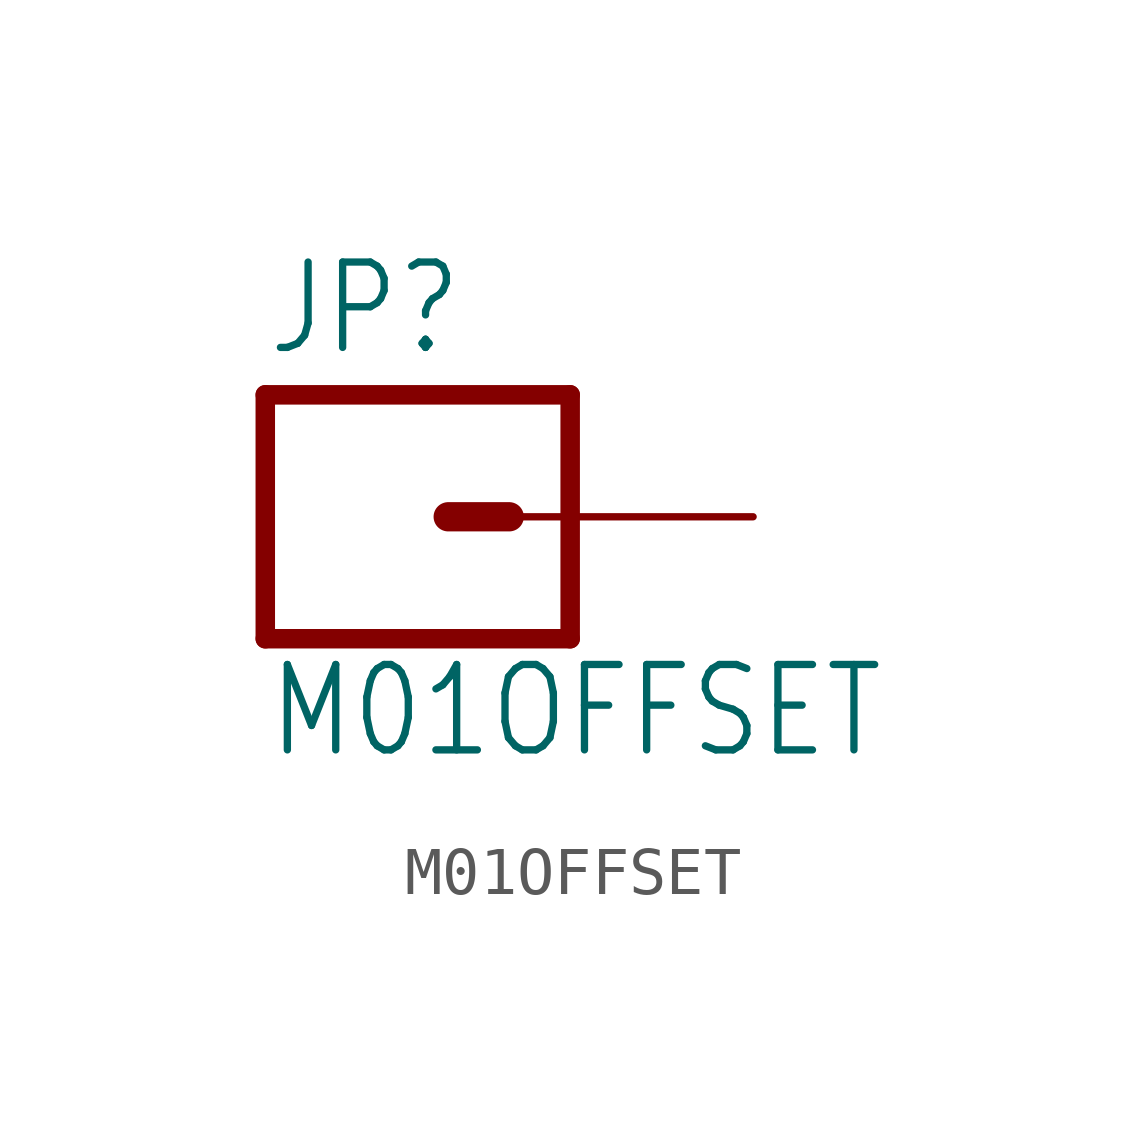
<source format=kicad_sym>
(kicad_symbol_lib
  (version 20201005)
  (generator kicad_symbol_editor)
  (symbol "M01OFFSET"
    (property "Reference" "JP"
      (at -2.54 3.302 0)
      (effects (font (size 1.778 1.511)) (justify left bottom)))
    (property "Value" "M01OFFSET"
      (at -2.54 -5.08 0)
      (effects (font (size 1.778 1.511)) (justify left bottom)))
    (property "ki_locked" ""
      (at 0 0 0)
      (effects (font (size 1.27 1.27))))
    (symbol "M01OFFSET_1_0"
      (polyline (pts (xy 3.81 -2.54) (xy -2.54 -2.54)) (stroke (width 0.406)) (fill (type none)))
      (polyline (pts (xy 1.27 0) (xy 2.54 0)) (stroke (width 0.61)) (fill (type none)))
      (polyline (pts (xy -2.54 2.54) (xy -2.54 -2.54)) (stroke (width 0.406)) (fill (type none)))
      (polyline (pts (xy 3.81 -2.54) (xy 3.81 2.54)) (stroke (width 0.406)) (fill (type none)))
      (polyline (pts (xy -2.54 2.54) (xy 3.81 2.54)) (stroke (width 0.406)) (fill (type none)))
      (pin passive line (at 7.62 0 180) (length 5.08) (name "1" (effects (font (size 0 0)))) (number "1" (effects (font (size 0 0))))))))
</source>
